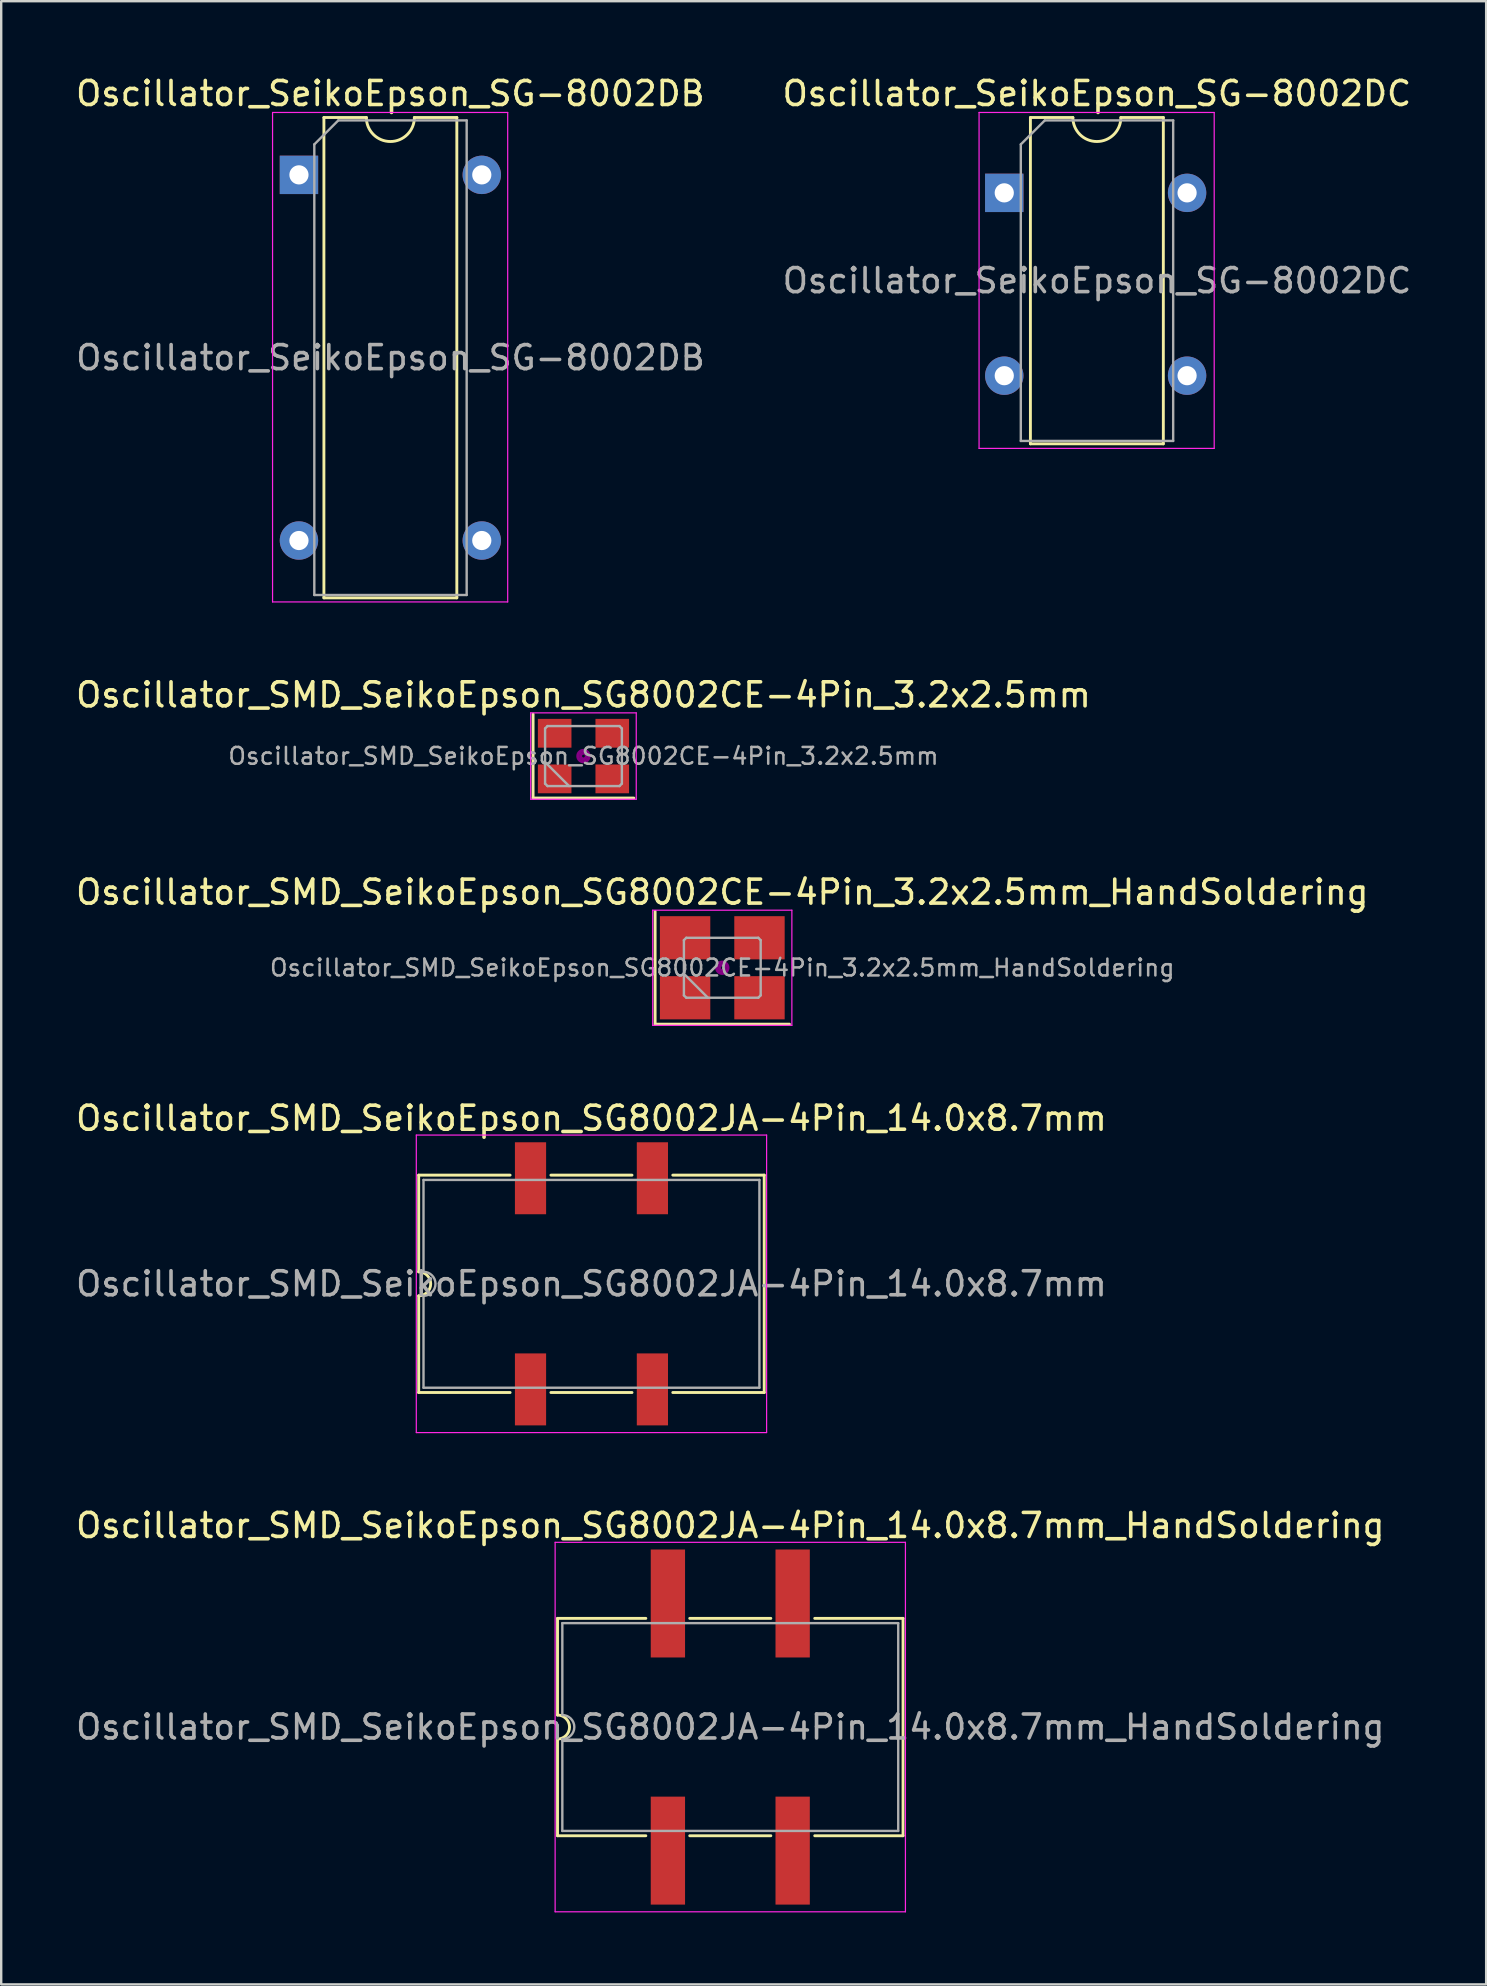
<source format=kicad_pcb>
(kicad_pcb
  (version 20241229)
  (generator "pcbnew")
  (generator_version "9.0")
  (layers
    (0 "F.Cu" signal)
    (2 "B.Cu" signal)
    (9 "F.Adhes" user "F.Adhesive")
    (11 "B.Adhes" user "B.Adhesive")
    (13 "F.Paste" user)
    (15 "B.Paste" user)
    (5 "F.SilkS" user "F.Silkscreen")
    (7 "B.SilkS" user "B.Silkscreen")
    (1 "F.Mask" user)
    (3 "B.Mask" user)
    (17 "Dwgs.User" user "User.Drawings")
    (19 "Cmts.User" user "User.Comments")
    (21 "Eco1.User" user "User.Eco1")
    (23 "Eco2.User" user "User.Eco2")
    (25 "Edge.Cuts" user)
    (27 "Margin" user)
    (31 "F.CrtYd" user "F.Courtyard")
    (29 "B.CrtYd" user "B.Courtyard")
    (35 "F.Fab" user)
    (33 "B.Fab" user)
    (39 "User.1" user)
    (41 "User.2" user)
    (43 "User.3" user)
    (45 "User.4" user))
  (footprint "Oscillator_SMD_SeikoEpson_SG8002JA-4Pin_14.0x8.7mm_HandSoldering"
    (layer "F.Cu")
    (at 27.387 68.931)
    (property "Reference" "Oscillator_SMD_SeikoEpson_SG8002JA-4Pin_14.0x8.7mm_HandSoldering" (at 0 -8.4 0) (layer "F.SilkS") (effects (font (size 1 1) (thickness 0.15))))
    (attr smd)
    (fp_line (start -7.2 -4.53) (end -3.52 -4.53) (stroke (width 0.12) (type solid)) (layer "F.SilkS"))
    (fp_line (start -7.2 -0.5) (end -7.2 -4.53) (stroke (width 0.12) (type solid)) (layer "F.SilkS"))
    (fp_line (start -7.2 4.53) (end -7.2 0.5) (stroke (width 0.12) (type solid)) (layer "F.SilkS"))
    (fp_line (start -7.2 4.53) (end -3.52 4.53) (stroke (width 0.12) (type solid)) (layer "F.SilkS"))
    (fp_line (start -1.69 -4.53) (end 1.69 -4.53) (stroke (width 0.12) (type solid)) (layer "F.SilkS"))
    (fp_line (start 1.69 4.53) (end -1.69 4.53) (stroke (width 0.12) (type solid)) (layer "F.SilkS"))
    (fp_line (start 3.52 -4.53) (end 7.2 -4.53) (stroke (width 0.12) (type solid)) (layer "F.SilkS"))
    (fp_line (start 7.2 -4.53) (end 7.2 4.53) (stroke (width 0.12) (type solid)) (layer "F.SilkS"))
    (fp_line (start 7.2 4.53) (end 3.52 4.53) (stroke (width 0.12) (type solid)) (layer "F.SilkS"))
    (fp_arc (start -7.2 -0.5) (mid -6.7 0) (end -7.2 0.5) (stroke (width 0.12) (type solid)) (layer "F.SilkS"))
    (fp_line (start -7.3 -7.7) (end -7.3 7.7) (stroke (width 0.05) (type solid)) (layer "F.CrtYd"))
    (fp_line (start -7.3 7.7) (end 7.3 7.7) (stroke (width 0.05) (type solid)) (layer "F.CrtYd"))
    (fp_line (start 7.3 -7.7) (end -7.3 -7.7) (stroke (width 0.05) (type solid)) (layer "F.CrtYd"))
    (fp_line (start 7.3 7.7) (end 7.3 -7.7) (stroke (width 0.05) (type solid)) (layer "F.CrtYd"))
    (fp_line (start -7 -4.33) (end 7 -4.33) (stroke (width 0.1) (type solid)) (layer "F.Fab"))
    (fp_line (start -7 -0.5) (end -7 -4.33) (stroke (width 0.1) (type solid)) (layer "F.Fab"))
    (fp_line (start -7 4.33) (end -7 0.5) (stroke (width 0.1) (type solid)) (layer "F.Fab"))
    (fp_line (start 7 -4.33) (end 7 4.33) (stroke (width 0.1) (type solid)) (layer "F.Fab"))
    (fp_line (start 7 4.33) (end -7 4.33) (stroke (width 0.1) (type solid)) (layer "F.Fab"))
    (fp_arc (start -7 -0.5) (mid -6.5 0) (end -7 0.5) (stroke (width 0.1) (type solid)) (layer "F.Fab"))
    (fp_text user "${REFERENCE}" (at 0 0 0) (layer "F.Fab") (effects (font (size 1 1) (thickness 0.15))))
    (pad "1" smd rect (at -2.6 5.15) (size 1.43 4.5) (layers "F.Cu" "F.Mask" "F.Paste"))
    (pad "2" smd rect (at 2.6 5.15) (size 1.43 4.5) (layers "F.Cu" "F.Mask" "F.Paste"))
    (pad "3" smd rect (at 2.6 -5.15) (size 1.43 4.5) (layers "F.Cu" "F.Mask" "F.Paste"))
    (pad "4" smd rect (at -2.6 -5.15) (size 1.43 4.5) (layers "F.Cu" "F.Mask" "F.Paste")))
  (footprint "Oscillator_SeikoEpson_SG-8002DB"
    (layer "F.Cu")
    (at 9.41 4.238)
    (property "Reference" "Oscillator_SeikoEpson_SG-8002DB" (at 3.81 -3.39 0) (layer "F.SilkS") (effects (font (size 1 1) (thickness 0.15))))
    (attr through_hole)
    (fp_line (start 1.04 -2.39) (end 1.04 17.63) (stroke (width 0.12) (type solid)) (layer "F.SilkS"))
    (fp_line (start 1.04 17.63) (end 6.58 17.63) (stroke (width 0.12) (type solid)) (layer "F.SilkS"))
    (fp_line (start 2.81 -2.39) (end 1.04 -2.39) (stroke (width 0.12) (type solid)) (layer "F.SilkS"))
    (fp_line (start 6.58 -2.39) (end 4.81 -2.39) (stroke (width 0.12) (type solid)) (layer "F.SilkS"))
    (fp_line (start 6.58 17.63) (end 6.58 -2.39) (stroke (width 0.12) (type solid)) (layer "F.SilkS"))
    (fp_arc (start 4.81 -2.39) (mid 3.81 -1.39) (end 2.81 -2.39) (stroke (width 0.12) (type solid)) (layer "F.SilkS"))
    (fp_line (start -1.1 -2.6) (end -1.1 17.8) (stroke (width 0.05) (type solid)) (layer "F.CrtYd"))
    (fp_line (start -1.1 17.8) (end 8.7 17.8) (stroke (width 0.05) (type solid)) (layer "F.CrtYd"))
    (fp_line (start 8.7 -2.6) (end -1.1 -2.6) (stroke (width 0.05) (type solid)) (layer "F.CrtYd"))
    (fp_line (start 8.7 17.8) (end 8.7 -2.6) (stroke (width 0.05) (type solid)) (layer "F.CrtYd"))
    (fp_line (start 0.64 -1.27) (end 1.64 -2.27) (stroke (width 0.1) (type solid)) (layer "F.Fab"))
    (fp_line (start 0.64 17.51) (end 0.64 -1.27) (stroke (width 0.1) (type solid)) (layer "F.Fab"))
    (fp_line (start 1.64 -2.27) (end 6.99 -2.27) (stroke (width 0.1) (type solid)) (layer "F.Fab"))
    (fp_line (start 6.99 -2.27) (end 6.99 17.51) (stroke (width 0.1) (type solid)) (layer "F.Fab"))
    (fp_line (start 6.99 17.51) (end 0.64 17.51) (stroke (width 0.1) (type solid)) (layer "F.Fab"))
    (fp_text user "${REFERENCE}" (at 3.815 7.62 0) (layer "F.Fab") (effects (font (size 1 1) (thickness 0.15))))
    (pad "1" thru_hole rect (at 0 0) (size 1.6 1.6) (drill 0.8) (layers "*.Cu" "*.Mask"))
    (pad "7" thru_hole oval (at 0 15.24) (size 1.6 1.6) (drill 0.8) (layers "*.Cu" "*.Mask"))
    (pad "8" thru_hole oval (at 7.62 15.24) (size 1.6 1.6) (drill 0.8) (layers "*.Cu" "*.Mask"))
    (pad "14" thru_hole oval (at 7.62 0) (size 1.6 1.6) (drill 0.8) (layers "*.Cu" "*.Mask")))
  (footprint "Oscillator_SMD_SeikoEpson_SG8002CE-4Pin_3.2x2.5mm_HandSoldering"
    (layer "F.Cu")
    (at 27.054 37.285)
    (property "Reference" "Oscillator_SMD_SeikoEpson_SG8002CE-4Pin_3.2x2.5mm_HandSoldering" (at 0 -3.15 0) (layer "F.SilkS") (effects (font (size 1 1) (thickness 0.15))))
    (attr smd)
    (fp_line (start -2.8 -2.35) (end -2.8 2.35) (stroke (width 0.12) (type solid)) (layer "F.SilkS"))
    (fp_line (start -2.8 2.35) (end 2.8 2.35) (stroke (width 0.12) (type solid)) (layer "F.SilkS"))
    (fp_circle (center 0 0) (end 0.058 0) (stroke (width 0.117) (type solid)) (fill no) (layer "F.Adhes"))
    (fp_circle (center 0 0) (end 0.133 0) (stroke (width 0.083) (type solid)) (fill no) (layer "F.Adhes"))
    (fp_circle (center 0 0) (end 0.208 0) (stroke (width 0.083) (type solid)) (fill no) (layer "F.Adhes"))
    (fp_circle (center 0 0) (end 0.25 0) (stroke (width 0.1) (type solid)) (fill no) (layer "F.Adhes"))
    (fp_line (start -2.9 -2.4) (end -2.9 2.4) (stroke (width 0.05) (type solid)) (layer "F.CrtYd"))
    (fp_line (start -2.9 2.4) (end 2.9 2.4) (stroke (width 0.05) (type solid)) (layer "F.CrtYd"))
    (fp_line (start 2.9 -2.4) (end -2.9 -2.4) (stroke (width 0.05) (type solid)) (layer "F.CrtYd"))
    (fp_line (start 2.9 2.4) (end 2.9 -2.4) (stroke (width 0.05) (type solid)) (layer "F.CrtYd"))
    (fp_line (start -1.6 -1.15) (end -1.5 -1.25) (stroke (width 0.1) (type solid)) (layer "F.Fab"))
    (fp_line (start -1.6 0.25) (end -0.6 1.25) (stroke (width 0.1) (type solid)) (layer "F.Fab"))
    (fp_line (start -1.6 1.15) (end -1.6 -1.15) (stroke (width 0.1) (type solid)) (layer "F.Fab"))
    (fp_line (start -1.5 -1.25) (end 1.5 -1.25) (stroke (width 0.1) (type solid)) (layer "F.Fab"))
    (fp_line (start -1.5 1.25) (end -1.6 1.15) (stroke (width 0.1) (type solid)) (layer "F.Fab"))
    (fp_line (start 1.5 -1.25) (end 1.6 -1.15) (stroke (width 0.1) (type solid)) (layer "F.Fab"))
    (fp_line (start 1.5 1.25) (end -1.5 1.25) (stroke (width 0.1) (type solid)) (layer "F.Fab"))
    (fp_line (start 1.6 -1.15) (end 1.6 1.15) (stroke (width 0.1) (type solid)) (layer "F.Fab"))
    (fp_line (start 1.6 1.15) (end 1.5 1.25) (stroke (width 0.1) (type solid)) (layer "F.Fab"))
    (fp_text user "${REFERENCE}" (at 0 0 0) (layer "F.Fab") (effects (font (size 0.7 0.7) (thickness 0.105))))
    (pad "1" smd rect (at -1.55 1.25) (size 2.1 1.8) (layers "F.Cu" "F.Mask" "F.Paste"))
    (pad "2" smd rect (at 1.55 1.25) (size 2.1 1.8) (layers "F.Cu" "F.Mask" "F.Paste"))
    (pad "3" smd rect (at 1.55 -1.25) (size 2.1 1.8) (layers "F.Cu" "F.Mask" "F.Paste"))
    (pad "4" smd rect (at -1.55 -1.25) (size 2.1 1.8) (layers "F.Cu" "F.Mask" "F.Paste")))
  (footprint "Oscillator_SeikoEpson_SG-8002DC"
    (layer "F.Cu")
    (at 38.806 4.988)
    (property "Reference" "Oscillator_SeikoEpson_SG-8002DC" (at 3.86 -4.14 0) (layer "F.SilkS") (effects (font (size 1 1) (thickness 0.15))))
    (attr through_hole)
    (fp_line (start 1.09 -3.14) (end 1.09 10.46) (stroke (width 0.12) (type solid)) (layer "F.SilkS"))
    (fp_line (start 1.09 10.46) (end 6.63 10.46) (stroke (width 0.12) (type solid)) (layer "F.SilkS"))
    (fp_line (start 2.86 -3.14) (end 1.09 -3.14) (stroke (width 0.12) (type solid)) (layer "F.SilkS"))
    (fp_line (start 6.63 -3.14) (end 4.86 -3.14) (stroke (width 0.12) (type solid)) (layer "F.SilkS"))
    (fp_line (start 6.63 10.46) (end 6.63 -3.14) (stroke (width 0.12) (type solid)) (layer "F.SilkS"))
    (fp_arc (start 4.86 -3.14) (mid 3.86 -2.14) (end 2.86 -3.14) (stroke (width 0.12) (type solid)) (layer "F.SilkS"))
    (fp_line (start -1.05 -3.35) (end -1.05 10.65) (stroke (width 0.05) (type solid)) (layer "F.CrtYd"))
    (fp_line (start -1.05 10.65) (end 8.75 10.65) (stroke (width 0.05) (type solid)) (layer "F.CrtYd"))
    (fp_line (start 8.75 -3.35) (end -1.05 -3.35) (stroke (width 0.05) (type solid)) (layer "F.CrtYd"))
    (fp_line (start 8.75 10.65) (end 8.75 -3.35) (stroke (width 0.05) (type solid)) (layer "F.CrtYd"))
    (fp_line (start 0.69 -2.02) (end 1.69 -3.02) (stroke (width 0.1) (type solid)) (layer "F.Fab"))
    (fp_line (start 0.69 10.34) (end 0.69 -2.02) (stroke (width 0.1) (type solid)) (layer "F.Fab"))
    (fp_line (start 1.69 -3.02) (end 7.04 -3.02) (stroke (width 0.1) (type solid)) (layer "F.Fab"))
    (fp_line (start 7.04 -3.02) (end 7.04 10.34) (stroke (width 0.1) (type solid)) (layer "F.Fab"))
    (fp_line (start 7.04 10.34) (end 0.69 10.34) (stroke (width 0.1) (type solid)) (layer "F.Fab"))
    (fp_text user "${REFERENCE}" (at 3.865 3.66 0) (layer "F.Fab") (effects (font (size 1 1) (thickness 0.15))))
    (pad "1" thru_hole rect (at 0 0) (size 1.6 1.6) (drill 0.8) (layers "*.Cu" "*.Mask"))
    (pad "4" thru_hole oval (at 0 7.62) (size 1.6 1.6) (drill 0.8) (layers "*.Cu" "*.Mask"))
    (pad "5" thru_hole oval (at 7.62 7.62) (size 1.6 1.6) (drill 0.8) (layers "*.Cu" "*.Mask"))
    (pad "8" thru_hole oval (at 7.62 0) (size 1.6 1.6) (drill 0.8) (layers "*.Cu" "*.Mask")))
  (footprint "Oscillator_SMD_SeikoEpson_SG8002JA-4Pin_14.0x8.7mm"
    (layer "F.Cu")
    (at 21.601 50.458)
    (property "Reference" "Oscillator_SMD_SeikoEpson_SG8002JA-4Pin_14.0x8.7mm" (at 0 -6.9 0) (layer "F.SilkS") (effects (font (size 1 1) (thickness 0.15))))
    (attr smd)
    (fp_line (start -7.2 -4.53) (end -3.39 -4.53) (stroke (width 0.12) (type solid)) (layer "F.SilkS"))
    (fp_line (start -7.2 -0.5) (end -7.2 -4.53) (stroke (width 0.12) (type solid)) (layer "F.SilkS"))
    (fp_line (start -7.2 4.53) (end -7.2 0.5) (stroke (width 0.12) (type solid)) (layer "F.SilkS"))
    (fp_line (start -7.2 4.53) (end -3.39 4.53) (stroke (width 0.12) (type solid)) (layer "F.SilkS"))
    (fp_line (start -1.69 -4.53) (end 1.69 -4.53) (stroke (width 0.12) (type solid)) (layer "F.SilkS"))
    (fp_line (start 1.69 4.53) (end -1.69 4.53) (stroke (width 0.12) (type solid)) (layer "F.SilkS"))
    (fp_line (start 3.39 -4.53) (end 7.2 -4.53) (stroke (width 0.12) (type solid)) (layer "F.SilkS"))
    (fp_line (start 7.2 -4.53) (end 7.2 4.53) (stroke (width 0.12) (type solid)) (layer "F.SilkS"))
    (fp_line (start 7.2 4.53) (end 3.39 4.53) (stroke (width 0.12) (type solid)) (layer "F.SilkS"))
    (fp_arc (start -7.2 -0.5) (mid -6.7 0) (end -7.2 0.5) (stroke (width 0.12) (type solid)) (layer "F.SilkS"))
    (fp_line (start -7.3 -6.2) (end -7.3 6.2) (stroke (width 0.05) (type solid)) (layer "F.CrtYd"))
    (fp_line (start -7.3 6.2) (end 7.3 6.2) (stroke (width 0.05) (type solid)) (layer "F.CrtYd"))
    (fp_line (start 7.3 -6.2) (end -7.3 -6.2) (stroke (width 0.05) (type solid)) (layer "F.CrtYd"))
    (fp_line (start 7.3 6.2) (end 7.3 -6.2) (stroke (width 0.05) (type solid)) (layer "F.CrtYd"))
    (fp_line (start -7 -4.33) (end 7 -4.33) (stroke (width 0.1) (type solid)) (layer "F.Fab"))
    (fp_line (start -7 -0.5) (end -7 -4.33) (stroke (width 0.1) (type solid)) (layer "F.Fab"))
    (fp_line (start -7 4.33) (end -7 0.5) (stroke (width 0.1) (type solid)) (layer "F.Fab"))
    (fp_line (start 7 -4.33) (end 7 4.33) (stroke (width 0.1) (type solid)) (layer "F.Fab"))
    (fp_line (start 7 4.33) (end -7 4.33) (stroke (width 0.1) (type solid)) (layer "F.Fab"))
    (fp_arc (start -7 -0.5) (mid -6.5 0) (end -7 0.5) (stroke (width 0.1) (type solid)) (layer "F.Fab"))
    (fp_text user "${REFERENCE}" (at 0 0 0) (layer "F.Fab") (effects (font (size 1 1) (thickness 0.15))))
    (pad "1" smd rect (at -2.54 4.4) (size 1.3 3) (layers "F.Cu" "F.Mask" "F.Paste"))
    (pad "2" smd rect (at 2.54 4.4) (size 1.3 3) (layers "F.Cu" "F.Mask" "F.Paste"))
    (pad "3" smd rect (at 2.54 -4.4) (size 1.3 3) (layers "F.Cu" "F.Mask" "F.Paste"))
    (pad "4" smd rect (at -2.54 -4.4) (size 1.3 3) (layers "F.Cu" "F.Mask" "F.Paste")))
  (footprint "Oscillator_SMD_SeikoEpson_SG8002CE-4Pin_3.2x2.5mm"
    (layer "F.Cu")
    (at 21.268 28.462)
    (property "Reference" "Oscillator_SMD_SeikoEpson_SG8002CE-4Pin_3.2x2.5mm" (at 0 -2.55 0) (layer "F.SilkS") (effects (font (size 1 1) (thickness 0.15))))
    (attr smd)
    (fp_line (start -2.1 -1.75) (end -2.1 1.75) (stroke (width 0.12) (type solid)) (layer "F.SilkS"))
    (fp_line (start -2.1 1.75) (end 2.1 1.75) (stroke (width 0.12) (type solid)) (layer "F.SilkS"))
    (fp_circle (center 0 0) (end 0.058 0) (stroke (width 0.117) (type solid)) (fill no) (layer "F.Adhes"))
    (fp_circle (center 0 0) (end 0.133 0) (stroke (width 0.083) (type solid)) (fill no) (layer "F.Adhes"))
    (fp_circle (center 0 0) (end 0.208 0) (stroke (width 0.083) (type solid)) (fill no) (layer "F.Adhes"))
    (fp_circle (center 0 0) (end 0.25 0) (stroke (width 0.1) (type solid)) (fill no) (layer "F.Adhes"))
    (fp_line (start -2.2 -1.8) (end -2.2 1.8) (stroke (width 0.05) (type solid)) (layer "F.CrtYd"))
    (fp_line (start -2.2 1.8) (end 2.2 1.8) (stroke (width 0.05) (type solid)) (layer "F.CrtYd"))
    (fp_line (start 2.2 -1.8) (end -2.2 -1.8) (stroke (width 0.05) (type solid)) (layer "F.CrtYd"))
    (fp_line (start 2.2 1.8) (end 2.2 -1.8) (stroke (width 0.05) (type solid)) (layer "F.CrtYd"))
    (fp_line (start -1.6 -1.15) (end -1.5 -1.25) (stroke (width 0.1) (type solid)) (layer "F.Fab"))
    (fp_line (start -1.6 0.25) (end -0.6 1.25) (stroke (width 0.1) (type solid)) (layer "F.Fab"))
    (fp_line (start -1.6 1.15) (end -1.6 -1.15) (stroke (width 0.1) (type solid)) (layer "F.Fab"))
    (fp_line (start -1.5 -1.25) (end 1.5 -1.25) (stroke (width 0.1) (type solid)) (layer "F.Fab"))
    (fp_line (start -1.5 1.25) (end -1.6 1.15) (stroke (width 0.1) (type solid)) (layer "F.Fab"))
    (fp_line (start 1.5 -1.25) (end 1.6 -1.15) (stroke (width 0.1) (type solid)) (layer "F.Fab"))
    (fp_line (start 1.5 1.25) (end -1.5 1.25) (stroke (width 0.1) (type solid)) (layer "F.Fab"))
    (fp_line (start 1.6 -1.15) (end 1.6 1.15) (stroke (width 0.1) (type solid)) (layer "F.Fab"))
    (fp_line (start 1.6 1.15) (end 1.5 1.25) (stroke (width 0.1) (type solid)) (layer "F.Fab"))
    (fp_text user "${REFERENCE}" (at 0 0 0) (layer "F.Fab") (effects (font (size 0.7 0.7) (thickness 0.105))))
    (pad "1" smd rect (at -1.2 0.95) (size 1.4 1.2) (layers "F.Cu" "F.Mask" "F.Paste"))
    (pad "2" smd rect (at 1.2 0.95) (size 1.4 1.2) (layers "F.Cu" "F.Mask" "F.Paste"))
    (pad "3" smd rect (at 1.2 -0.95) (size 1.4 1.2) (layers "F.Cu" "F.Mask" "F.Paste"))
    (pad "4" smd rect (at -1.2 -0.95) (size 1.4 1.2) (layers "F.Cu" "F.Mask" "F.Paste")))
  (gr_rect
    (start -3 -3)
    (end 58.891 79.656)
    (stroke (width 0.1) (type default))
    (fill no)
    (layer "Edge.Cuts")))
</source>
